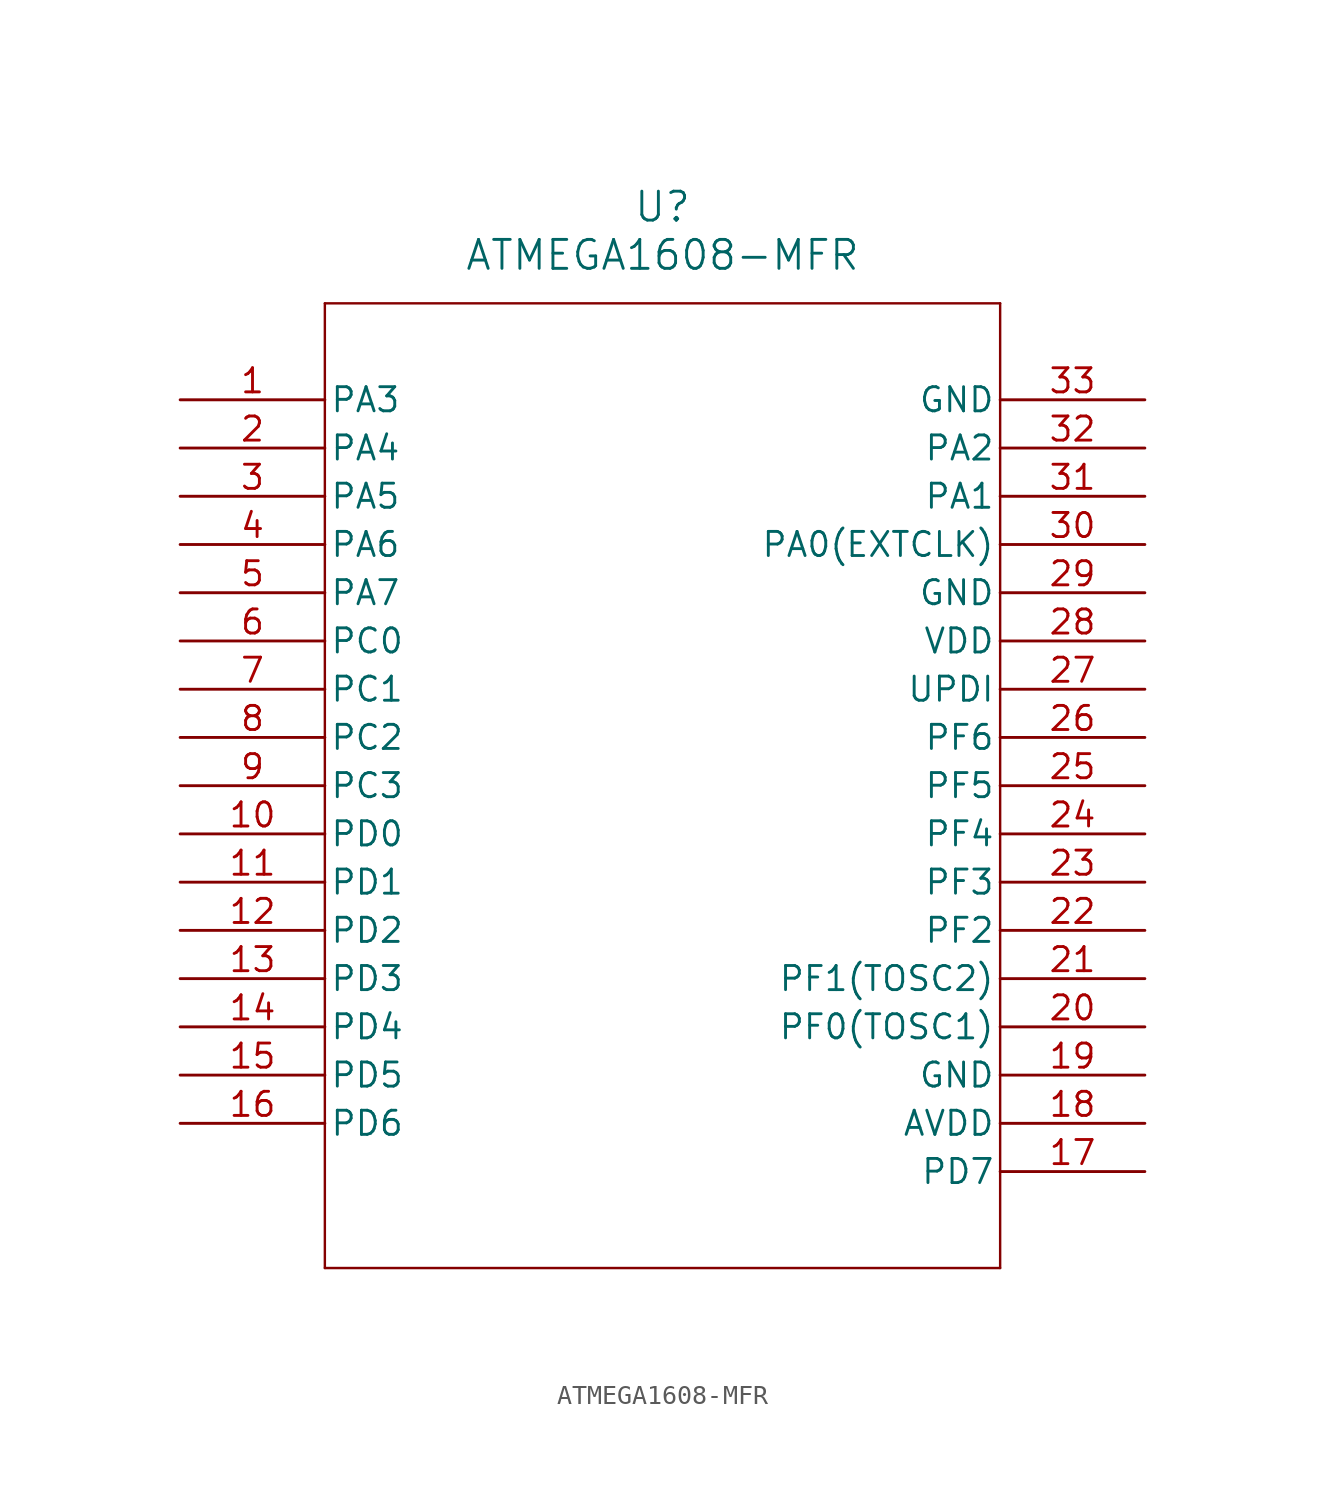
<source format=kicad_sym>
(kicad_symbol_lib
  (version 20211014)
  (generator kicad_symbol_editor)
  (symbol "ATMEGA1608-MFR"
    (pin_names
      (offset 0.254))
    (property "Reference" "U"
      (at 25.4 10.16 0)
      (effects (font (size 1.524 1.524))))
    (property "Value" "ATMEGA1608-MFR"
      (at 25.4 7.62 0)
      (effects (font (size 1.524 1.524))))
    (symbol "ATMEGA1608-MFR_0_1"
      (polyline (pts (xy 7.62 5.08) (xy 7.62 -45.72)) (stroke (width 0.127) (type default) (color 0 0 0 0)) (fill (type none)))
      (polyline (pts (xy 7.62 -45.72) (xy 43.18 -45.72)) (stroke (width 0.127) (type default) (color 0 0 0 0)) (fill (type none)))
      (polyline (pts (xy 43.18 -45.72) (xy 43.18 5.08)) (stroke (width 0.127) (type default) (color 0 0 0 0)) (fill (type none)))
      (polyline (pts (xy 43.18 5.08) (xy 7.62 5.08)) (stroke (width 0.127) (type default) (color 0 0 0 0)) (fill (type none)))
      (pin bidirectional line (at 0 0 0) (length 7.62) (name "PA3" (effects (font (size 1.27 1.27)))) (number "1" (effects (font (size 1.27 1.27)))))
      (pin bidirectional line (at 0 -2.54 0) (length 7.62) (name "PA4" (effects (font (size 1.27 1.27)))) (number "2" (effects (font (size 1.27 1.27)))))
      (pin bidirectional line (at 0 -5.08 0) (length 7.62) (name "PA5" (effects (font (size 1.27 1.27)))) (number "3" (effects (font (size 1.27 1.27)))))
      (pin bidirectional line (at 0 -7.62 0) (length 7.62) (name "PA6" (effects (font (size 1.27 1.27)))) (number "4" (effects (font (size 1.27 1.27)))))
      (pin bidirectional line (at 0 -10.16 0) (length 7.62) (name "PA7" (effects (font (size 1.27 1.27)))) (number "5" (effects (font (size 1.27 1.27)))))
      (pin bidirectional line (at 0 -12.7 0) (length 7.62) (name "PC0" (effects (font (size 1.27 1.27)))) (number "6" (effects (font (size 1.27 1.27)))))
      (pin bidirectional line (at 0 -15.24 0) (length 7.62) (name "PC1" (effects (font (size 1.27 1.27)))) (number "7" (effects (font (size 1.27 1.27)))))
      (pin bidirectional line (at 0 -17.78 0) (length 7.62) (name "PC2" (effects (font (size 1.27 1.27)))) (number "8" (effects (font (size 1.27 1.27)))))
      (pin bidirectional line (at 0 -20.32 0) (length 7.62) (name "PC3" (effects (font (size 1.27 1.27)))) (number "9" (effects (font (size 1.27 1.27)))))
      (pin bidirectional line (at 0 -22.86 0) (length 7.62) (name "PD0" (effects (font (size 1.27 1.27)))) (number "10" (effects (font (size 1.27 1.27)))))
      (pin bidirectional line (at 0 -25.4 0) (length 7.62) (name "PD1" (effects (font (size 1.27 1.27)))) (number "11" (effects (font (size 1.27 1.27)))))
      (pin bidirectional line (at 0 -27.94 0) (length 7.62) (name "PD2" (effects (font (size 1.27 1.27)))) (number "12" (effects (font (size 1.27 1.27)))))
      (pin bidirectional line (at 0 -30.48 0) (length 7.62) (name "PD3" (effects (font (size 1.27 1.27)))) (number "13" (effects (font (size 1.27 1.27)))))
      (pin bidirectional line (at 0 -33.02 0) (length 7.62) (name "PD4" (effects (font (size 1.27 1.27)))) (number "14" (effects (font (size 1.27 1.27)))))
      (pin bidirectional line (at 0 -35.56 0) (length 7.62) (name "PD5" (effects (font (size 1.27 1.27)))) (number "15" (effects (font (size 1.27 1.27)))))
      (pin bidirectional line (at 0 -38.1 0) (length 7.62) (name "PD6" (effects (font (size 1.27 1.27)))) (number "16" (effects (font (size 1.27 1.27)))))
      (pin bidirectional line (at 50.8 -40.64 180) (length 7.62) (name "PD7" (effects (font (size 1.27 1.27)))) (number "17" (effects (font (size 1.27 1.27)))))
      (pin power_in line (at 50.8 -38.1 180) (length 7.62) (name "AVDD" (effects (font (size 1.27 1.27)))) (number "18" (effects (font (size 1.27 1.27)))))
      (pin power_out line (at 50.8 -35.56 180) (length 7.62) (name "GND" (effects (font (size 1.27 1.27)))) (number "19" (effects (font (size 1.27 1.27)))))
      (pin bidirectional line (at 50.8 -33.02 180) (length 7.62) (name "PF0(TOSC1)" (effects (font (size 1.27 1.27)))) (number "20" (effects (font (size 1.27 1.27)))))
      (pin bidirectional line (at 50.8 -30.48 180) (length 7.62) (name "PF1(TOSC2)" (effects (font (size 1.27 1.27)))) (number "21" (effects (font (size 1.27 1.27)))))
      (pin bidirectional line (at 50.8 -27.94 180) (length 7.62) (name "PF2" (effects (font (size 1.27 1.27)))) (number "22" (effects (font (size 1.27 1.27)))))
      (pin bidirectional line (at 50.8 -25.4 180) (length 7.62) (name "PF3" (effects (font (size 1.27 1.27)))) (number "23" (effects (font (size 1.27 1.27)))))
      (pin bidirectional line (at 50.8 -22.86 180) (length 7.62) (name "PF4" (effects (font (size 1.27 1.27)))) (number "24" (effects (font (size 1.27 1.27)))))
      (pin bidirectional line (at 50.8 -20.32 180) (length 7.62) (name "PF5" (effects (font (size 1.27 1.27)))) (number "25" (effects (font (size 1.27 1.27)))))
      (pin bidirectional line (at 50.8 -17.78 180) (length 7.62) (name "PF6" (effects (font (size 1.27 1.27)))) (number "26" (effects (font (size 1.27 1.27)))))
      (pin bidirectional line (at 50.8 -15.24 180) (length 7.62) (name "UPDI" (effects (font (size 1.27 1.27)))) (number "27" (effects (font (size 1.27 1.27)))))
      (pin power_in line (at 50.8 -12.7 180) (length 7.62) (name "VDD" (effects (font (size 1.27 1.27)))) (number "28" (effects (font (size 1.27 1.27)))))
      (pin power_out line (at 50.8 -10.16 180) (length 7.62) (name "GND" (effects (font (size 1.27 1.27)))) (number "29" (effects (font (size 1.27 1.27)))))
      (pin bidirectional line (at 50.8 -7.62 180) (length 7.62) (name "PA0(EXTCLK)" (effects (font (size 1.27 1.27)))) (number "30" (effects (font (size 1.27 1.27)))))
      (pin bidirectional line (at 50.8 -5.08 180) (length 7.62) (name "PA1" (effects (font (size 1.27 1.27)))) (number "31" (effects (font (size 1.27 1.27)))))
      (pin bidirectional line (at 50.8 -2.54 180) (length 7.62) (name "PA2" (effects (font (size 1.27 1.27)))) (number "32" (effects (font (size 1.27 1.27)))))
      (pin power_out line (at 50.8 0 180) (length 7.62) (name "GND" (effects (font (size 1.27 1.27)))) (number "33" (effects (font (size 1.27 1.27))))))))
</source>
